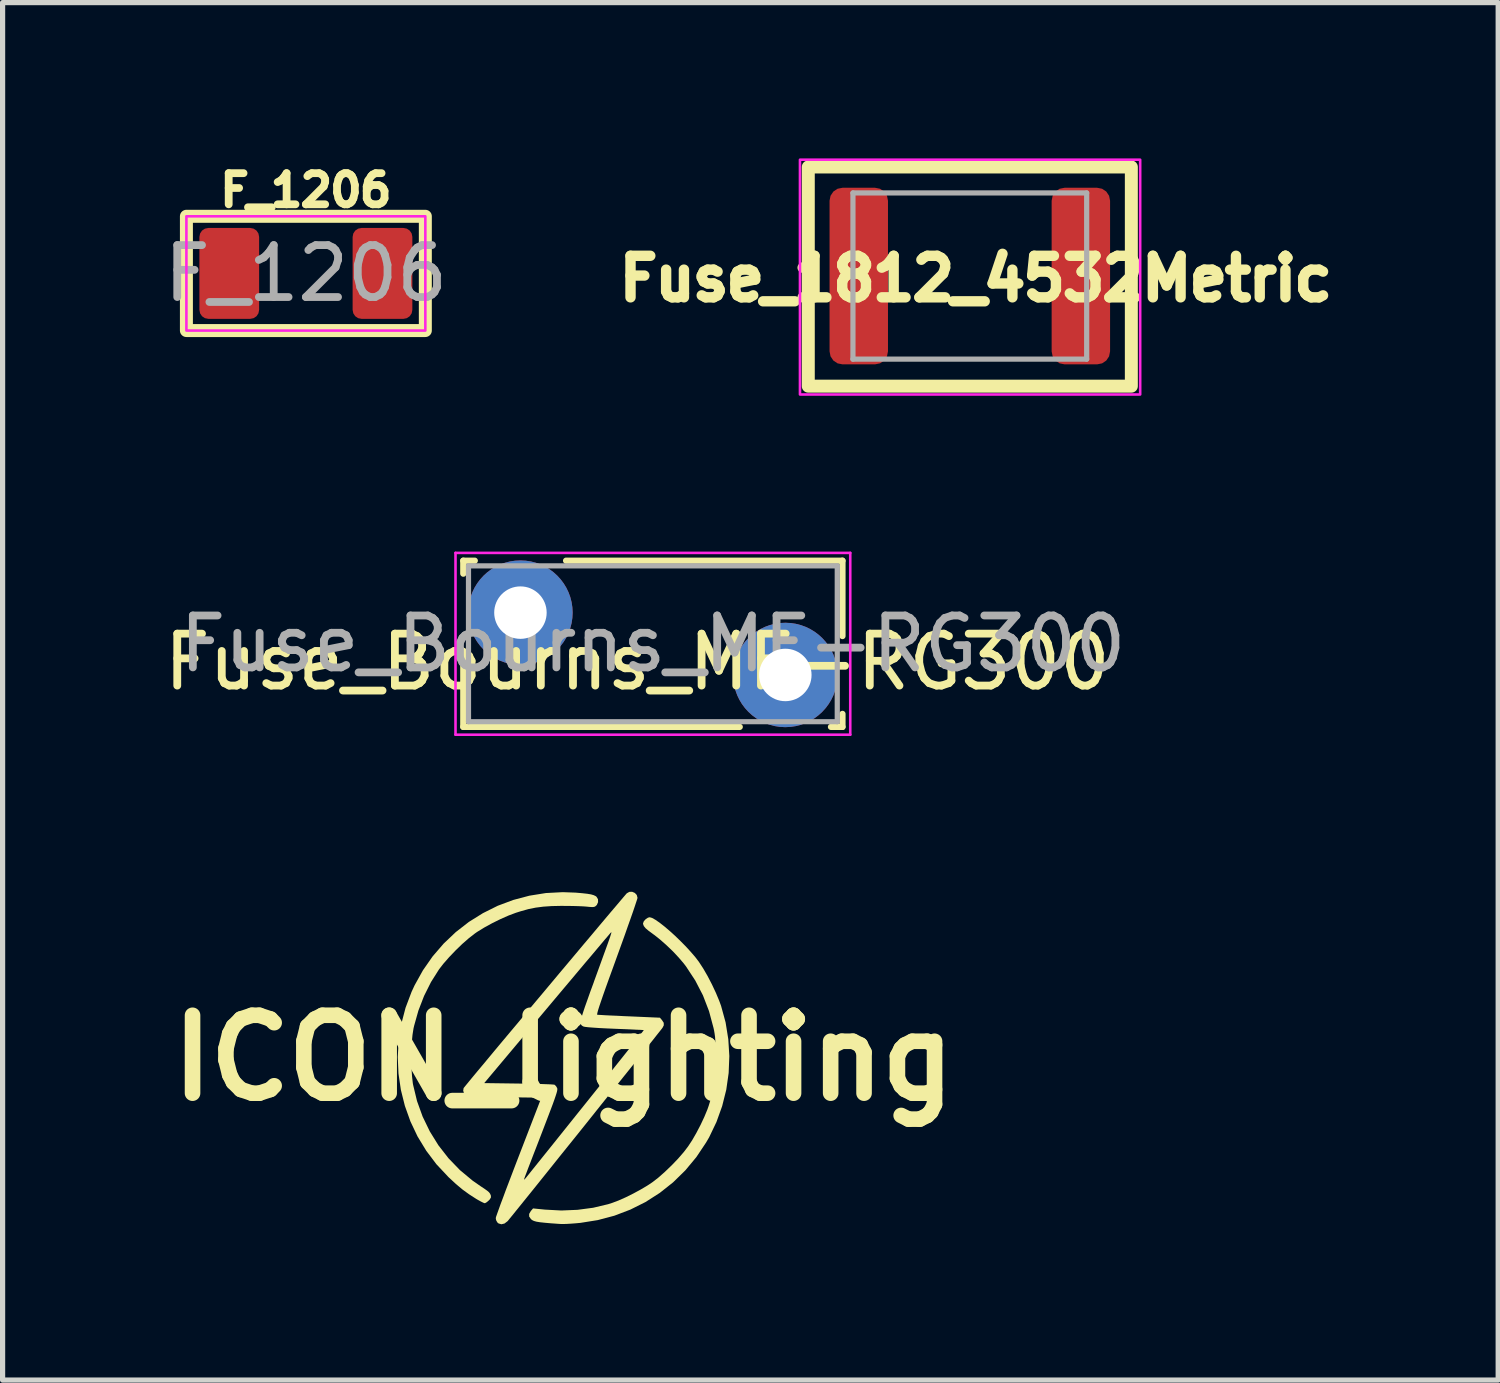
<source format=kicad_pcb>
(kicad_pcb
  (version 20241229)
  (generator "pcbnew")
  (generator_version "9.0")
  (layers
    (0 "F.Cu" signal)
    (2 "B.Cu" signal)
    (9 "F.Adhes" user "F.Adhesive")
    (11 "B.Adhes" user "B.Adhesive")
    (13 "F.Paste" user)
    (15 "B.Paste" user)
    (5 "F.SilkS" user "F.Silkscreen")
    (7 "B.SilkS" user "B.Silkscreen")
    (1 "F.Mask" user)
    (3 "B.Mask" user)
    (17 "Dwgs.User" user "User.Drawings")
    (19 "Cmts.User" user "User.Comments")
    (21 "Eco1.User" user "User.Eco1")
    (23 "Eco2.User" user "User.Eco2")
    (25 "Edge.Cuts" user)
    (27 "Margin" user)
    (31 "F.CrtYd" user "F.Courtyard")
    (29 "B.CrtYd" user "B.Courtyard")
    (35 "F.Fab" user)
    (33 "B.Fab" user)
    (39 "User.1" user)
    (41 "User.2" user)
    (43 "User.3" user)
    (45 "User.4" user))
  (footprint "ICON_lighting"
    (layer "F.Cu")
    (at 7.8 17.319)
    (property "Reference" "ICON_lighting" (at 0 0 0) (layer "F.SilkS") (effects (font (size 1.5 1.5) (thickness 0.3))))
    (attr board_only exclude_from_pos_files exclude_from_bom)
    (fp_poly (pts (xy 0.231 -3.183) (xy 0.359 -3.172) (xy 0.457 -3.161) (xy 0.529 -3.149) (xy 0.581 -3.134) (xy 0.618 -3.116) (xy 0.634 -3.104) (xy 0.663 -3.057) (xy 0.665 -3) (xy 0.641 -2.946) (xy 0.631 -2.936) (xy 0.611 -2.918) (xy 0.588 -2.908) (xy 0.553 -2.905) (xy 0.499 -2.908) (xy 0.442 -2.914) (xy 0.374 -2.919) (xy 0.28 -2.923) (xy 0.169 -2.926) (xy 0.05 -2.927) (xy -0.044 -2.928) (xy -0.229 -2.924) (xy -0.39 -2.913) (xy -0.537 -2.894) (xy -0.68 -2.865) (xy -0.829 -2.823) (xy -0.918 -2.795) (xy -1.059 -2.742) (xy -1.215 -2.673) (xy -1.375 -2.594) (xy -1.528 -2.51) (xy -1.663 -2.427) (xy -1.706 -2.397) (xy -1.823 -2.306) (xy -1.951 -2.194) (xy -2.081 -2.068) (xy -2.205 -1.938) (xy -2.316 -1.811) (xy -2.397 -1.706) (xy -2.552 -1.461) (xy -2.686 -1.193) (xy -2.795 -0.91) (xy -2.877 -0.619) (xy -2.889 -0.566) (xy -2.908 -0.445) (xy -2.922 -0.299) (xy -2.929 -0.137) (xy -2.931 0.032) (xy -2.927 0.198) (xy -2.917 0.353) (xy -2.902 0.486) (xy -2.896 0.519) (xy -2.821 0.83) (xy -2.713 1.129) (xy -2.575 1.414) (xy -2.409 1.682) (xy -2.215 1.931) (xy -1.995 2.159) (xy -1.751 2.362) (xy -1.599 2.468) (xy -1.522 2.519) (xy -1.47 2.556) (xy -1.436 2.585) (xy -1.416 2.611) (xy -1.403 2.639) (xy -1.399 2.652) (xy -1.398 2.686) (xy -1.42 2.723) (xy -1.44 2.744) (xy -1.478 2.777) (xy -1.51 2.795) (xy -1.517 2.797) (xy -1.543 2.788) (xy -1.59 2.765) (xy -1.65 2.732) (xy -1.682 2.713) (xy -1.817 2.626) (xy -1.944 2.534) (xy -2.072 2.427) (xy -2.209 2.3) (xy -2.221 2.288) (xy -2.447 2.047) (xy -2.643 1.787) (xy -2.811 1.511) (xy -2.948 1.222) (xy -3.055 0.922) (xy -3.132 0.614) (xy -3.178 0.3) (xy -3.192 -0.017) (xy -3.174 -0.336) (xy -3.124 -0.653) (xy -3.042 -0.966) (xy -2.926 -1.273) (xy -2.868 -1.398) (xy -2.707 -1.688) (xy -2.52 -1.956) (xy -2.309 -2.201) (xy -2.075 -2.423) (xy -1.823 -2.619) (xy -1.552 -2.788) (xy -1.267 -2.93) (xy -0.968 -3.042) (xy -0.658 -3.124) (xy -0.34 -3.175) (xy -0.015 -3.192)) (stroke (width 0) (type solid)) (fill yes) (layer "F.SilkS"))
    (fp_poly (pts (xy 1.705 -2.696) (xy 1.769 -2.66) (xy 1.85 -2.604) (xy 1.942 -2.532) (xy 2.042 -2.447) (xy 2.147 -2.352) (xy 2.252 -2.25) (xy 2.355 -2.146) (xy 2.45 -2.042) (xy 2.536 -1.942) (xy 2.607 -1.849) (xy 2.608 -1.847) (xy 2.689 -1.723) (xy 2.774 -1.576) (xy 2.857 -1.416) (xy 2.933 -1.254) (xy 2.997 -1.101) (xy 3.033 -1.003) (xy 3.12 -0.685) (xy 3.172 -0.362) (xy 3.192 -0.036) (xy 3.179 0.29) (xy 3.133 0.612) (xy 3.054 0.927) (xy 2.944 1.233) (xy 2.803 1.528) (xy 2.744 1.629) (xy 2.557 1.909) (xy 2.344 2.165) (xy 2.109 2.395) (xy 1.853 2.598) (xy 1.578 2.774) (xy 1.286 2.92) (xy 0.979 3.037) (xy 0.658 3.122) (xy 0.326 3.175) (xy 0.229 3.184) (xy 0.134 3.191) (xy 0.063 3.195) (xy 0.006 3.197) (xy -0.048 3.197) (xy -0.111 3.193) (xy -0.192 3.187) (xy -0.237 3.184) (xy -0.361 3.173) (xy -0.454 3.163) (xy -0.522 3.152) (xy -0.571 3.138) (xy -0.605 3.121) (xy -0.627 3.103) (xy -0.662 3.053) (xy -0.662 3.002) (xy -0.629 2.946) (xy -0.628 2.945) (xy -0.587 2.897) (xy -0.357 2.92) (xy -0.042 2.937) (xy 0.269 2.924) (xy 0.571 2.884) (xy 0.857 2.816) (xy 0.941 2.789) (xy 1.06 2.744) (xy 1.197 2.683) (xy 1.342 2.611) (xy 1.484 2.534) (xy 1.614 2.457) (xy 1.706 2.396) (xy 1.823 2.306) (xy 1.95 2.194) (xy 2.08 2.069) (xy 2.205 1.939) (xy 2.315 1.812) (xy 2.396 1.706) (xy 2.476 1.585) (xy 2.558 1.442) (xy 2.638 1.289) (xy 2.71 1.136) (xy 2.769 0.994) (xy 2.794 0.923) (xy 2.838 0.781) (xy 2.872 0.652) (xy 2.896 0.529) (xy 2.913 0.403) (xy 2.923 0.264) (xy 2.927 0.105) (xy 2.928 -0.009) (xy 2.927 -0.144) (xy 2.926 -0.25) (xy 2.922 -0.336) (xy 2.917 -0.407) (xy 2.908 -0.471) (xy 2.897 -0.535) (xy 2.887 -0.58) (xy 2.801 -0.901) (xy 2.684 -1.205) (xy 2.536 -1.491) (xy 2.358 -1.762) (xy 2.313 -1.821) (xy 2.22 -1.93) (xy 2.109 -2.049) (xy 1.986 -2.167) (xy 1.863 -2.276) (xy 1.749 -2.367) (xy 1.723 -2.385) (xy 1.638 -2.448) (xy 1.58 -2.497) (xy 1.546 -2.539) (xy 1.532 -2.576) (xy 1.53 -2.59) (xy 1.545 -2.631) (xy 1.581 -2.671) (xy 1.626 -2.701) (xy 1.659 -2.709)) (stroke (width 0) (type solid)) (fill yes) (layer "F.SilkS"))
    (fp_poly (pts (xy 1.373 -3.177) (xy 1.41 -3.137) (xy 1.424 -3.083) (xy 1.418 -3.058) (xy 1.4 -3.004) (xy 1.373 -2.922) (xy 1.337 -2.815) (xy 1.292 -2.687) (xy 1.24 -2.541) (xy 1.183 -2.378) (xy 1.12 -2.203) (xy 1.053 -2.018) (xy 1.023 -1.935) (xy 0.941 -1.708) (xy 0.87 -1.513) (xy 0.81 -1.346) (xy 0.761 -1.207) (xy 0.722 -1.093) (xy 0.691 -1.002) (xy 0.669 -0.933) (xy 0.655 -0.883) (xy 0.648 -0.851) (xy 0.647 -0.835) (xy 0.65 -0.831) (xy 0.674 -0.83) (xy 0.728 -0.827) (xy 0.809 -0.822) (xy 0.912 -0.817) (xy 1.033 -0.812) (xy 1.167 -0.805) (xy 1.266 -0.801) (xy 1.856 -0.775) (xy 1.895 -0.729) (xy 1.929 -0.677) (xy 1.93 -0.628) (xy 1.905 -0.58) (xy 1.889 -0.559) (xy 1.852 -0.512) (xy 1.796 -0.442) (xy 1.724 -0.35) (xy 1.635 -0.239) (xy 1.533 -0.11) (xy 1.418 0.034) (xy 1.292 0.192) (xy 1.156 0.361) (xy 1.013 0.54) (xy 0.864 0.726) (xy 0.71 0.918) (xy 0.554 1.114) (xy 0.396 1.312) (xy 0.238 1.509) (xy 0.081 1.704) (xy -0.072 1.894) (xy -0.22 2.079) (xy -0.361 2.255) (xy -0.494 2.421) (xy -0.618 2.575) (xy -0.73 2.714) (xy -0.83 2.838) (xy -0.915 2.943) (xy -0.984 3.029) (xy -1.036 3.092) (xy -1.068 3.132) (xy -1.079 3.144) (xy -1.137 3.188) (xy -1.197 3.202) (xy -1.252 3.186) (xy -1.275 3.166) (xy -1.299 3.122) (xy -1.305 3.083) (xy -1.299 3.058) (xy -1.28 3.004) (xy -1.251 2.923) (xy -1.213 2.817) (xy -1.165 2.69) (xy -1.111 2.543) (xy -1.049 2.381) (xy -0.982 2.205) (xy -0.911 2.019) (xy -0.865 1.9) (xy -0.427 0.765) (xy -1.133 0.756) (xy -1.323 0.754) (xy -1.482 0.751) (xy -1.61 0.747) (xy -1.71 0.744) (xy -1.784 0.74) (xy -1.836 0.735) (xy -1.867 0.729) (xy -1.878 0.725) (xy -1.915 0.685) (xy -1.932 0.631) (xy -1.924 0.58) (xy -1.911 0.564) (xy -1.878 0.523) (xy -1.846 0.484) (xy -1.527 0.484) (xy -0.865 0.493) (xy -0.715 0.495) (xy -0.575 0.498) (xy -0.449 0.501) (xy -0.343 0.505) (xy -0.258 0.508) (xy -0.201 0.512) (xy -0.174 0.515) (xy -0.173 0.516) (xy -0.145 0.542) (xy -0.124 0.578) (xy -0.12 0.592) (xy -0.12 0.611) (xy -0.124 0.637) (xy -0.134 0.675) (xy -0.15 0.725) (xy -0.173 0.793) (xy -0.204 0.88) (xy -0.245 0.989) (xy -0.296 1.123) (xy -0.358 1.285) (xy -0.405 1.408) (xy -0.467 1.569) (xy -0.526 1.722) (xy -0.581 1.863) (xy -0.63 1.991) (xy -0.672 2.099) (xy -0.705 2.186) (xy -0.728 2.247) (xy -0.74 2.277) (xy -0.756 2.324) (xy -0.758 2.343) (xy -0.75 2.338) (xy -0.736 2.321) (xy -0.701 2.279) (xy -0.648 2.213) (xy -0.577 2.124) (xy -0.49 2.016) (xy -0.388 1.889) (xy -0.273 1.746) (xy -0.147 1.589) (xy -0.011 1.419) (xy 0.134 1.238) (xy 0.286 1.048) (xy 0.412 0.891) (xy 0.568 0.696) (xy 0.718 0.509) (xy 0.86 0.331) (xy 0.992 0.165) (xy 1.114 0.012) (xy 1.224 -0.126) (xy 1.32 -0.247) (xy 1.4 -0.349) (xy 1.465 -0.431) (xy 1.511 -0.491) (xy 1.538 -0.526) (xy 1.545 -0.536) (xy 1.527 -0.538) (xy 1.477 -0.541) (xy 1.401 -0.544) (xy 1.303 -0.549) (xy 1.187 -0.554) (xy 1.056 -0.559) (xy 0.985 -0.562) (xy 0.825 -0.569) (xy 0.686 -0.576) (xy 0.569 -0.584) (xy 0.478 -0.591) (xy 0.417 -0.598) (xy 0.387 -0.604) (xy 0.365 -0.615) (xy 0.348 -0.628) (xy 0.336 -0.644) (xy 0.33 -0.668) (xy 0.331 -0.701) (xy 0.339 -0.748) (xy 0.355 -0.81) (xy 0.38 -0.89) (xy 0.414 -0.991) (xy 0.459 -1.117) (xy 0.513 -1.27) (xy 0.58 -1.452) (xy 0.589 -1.479) (xy 0.663 -1.682) (xy 0.725 -1.853) (xy 0.777 -1.997) (xy 0.82 -2.115) (xy 0.854 -2.209) (xy 0.88 -2.283) (xy 0.899 -2.338) (xy 0.911 -2.377) (xy 0.919 -2.402) (xy 0.921 -2.415) (xy 0.92 -2.42) (xy 0.917 -2.419) (xy 0.911 -2.413) (xy 0.907 -2.41) (xy 0.892 -2.393) (xy 0.857 -2.351) (xy 0.801 -2.286) (xy 0.728 -2.199) (xy 0.638 -2.092) (xy 0.533 -1.967) (xy 0.414 -1.827) (xy 0.283 -1.671) (xy 0.142 -1.503) (xy -0.008 -1.325) (xy -0.166 -1.137) (xy -0.323 -0.95) (xy -1.527 0.484) (xy -1.846 0.484) (xy -1.825 0.458) (xy -1.754 0.372) (xy -1.667 0.267) (xy -1.564 0.144) (xy -1.449 0.006) (xy -1.323 -0.146) (xy -1.186 -0.31) (xy -1.041 -0.483) (xy -0.888 -0.665) (xy -0.731 -0.853) (xy -0.57 -1.046) (xy -0.407 -1.24) (xy -0.243 -1.436) (xy -0.081 -1.63) (xy 0.079 -1.82) (xy 0.235 -2.006) (xy 0.385 -2.185) (xy 0.528 -2.354) (xy 0.661 -2.513) (xy 0.784 -2.659) (xy 0.895 -2.791) (xy 0.993 -2.906) (xy 1.075 -3.003) (xy 1.14 -3.08) (xy 1.187 -3.135) (xy 1.213 -3.165) (xy 1.218 -3.17) (xy 1.267 -3.198) (xy 1.322 -3.199)) (stroke (width 0) (type solid)) (fill yes) (layer "F.SilkS")))
  (footprint "Fuse_1812_4532Metric"
    (layer "F.Cu")
    (at 15.622 2.265)
    (property "Reference" "Fuse_1812_4532Metric" (at 0.115 0.05 180) (layer "F.SilkS") (effects (font (size 0.8 0.8) (thickness 0.2) (bold yes))))
    (attr smd)
    (fp_rect (start -3.11 -2.1) (end 3.11 2.12) (stroke (width 0.25) (type solid)) (fill no) (layer "F.SilkS"))
    (fp_rect (start -3.27 -2.24) (end 3.28 2.28) (stroke (width 0.05) (type solid)) (fill no) (layer "F.CrtYd"))
    (fp_line (start -2.25 -1.6) (end 2.25 -1.6) (stroke (width 0.1) (type solid)) (layer "F.Fab"))
    (fp_line (start -2.25 1.6) (end -2.25 -1.6) (stroke (width 0.1) (type solid)) (layer "F.Fab"))
    (fp_line (start 2.25 -1.6) (end 2.25 1.6) (stroke (width 0.1) (type solid)) (layer "F.Fab"))
    (fp_line (start 2.25 1.6) (end -2.25 1.6) (stroke (width 0.1) (type solid)) (layer "F.Fab"))
    (pad "1" smd roundrect (at -2.138 0) (size 1.125 3.4) (layers "F.Cu" "F.Mask" "F.Paste") (roundrect_rratio 0.222))
    (pad "2" smd roundrect (at 2.138 0) (size 1.125 3.4) (layers "F.Cu" "F.Mask" "F.Paste") (roundrect_rratio 0.222)))
  (footprint "Fuse_Bourns_MF-RG300"
    (layer "F.Cu")
    (at 6.97 8.745)
    (property "Reference" "Fuse_Bourns_MF-RG300" (at 2.25 0.95 180) (layer "F.SilkS") (effects (font (size 1 1) (thickness 0.15))))
    (attr through_hole)
    (fp_line (start -1.1 -1) (end -1.1 -0.75) (stroke (width 0.12) (type solid)) (layer "F.SilkS"))
    (fp_line (start -1.1 -1) (end -0.879 -1) (stroke (width 0.12) (type solid)) (layer "F.SilkS"))
    (fp_line (start -1.1 0.75) (end -1.1 2.2) (stroke (width 0.12) (type solid)) (layer "F.SilkS"))
    (fp_line (start -1.1 2.2) (end 4.222 2.2) (stroke (width 0.12) (type solid)) (layer "F.SilkS"))
    (fp_line (start 0.879 -1) (end 6.2 -1) (stroke (width 0.12) (type solid)) (layer "F.SilkS"))
    (fp_line (start 5.979 2.2) (end 6.2 2.2) (stroke (width 0.12) (type solid)) (layer "F.SilkS"))
    (fp_line (start 6.2 -1) (end 6.2 0.451) (stroke (width 0.12) (type solid)) (layer "F.SilkS"))
    (fp_line (start 6.2 1.95) (end 6.2 2.2) (stroke (width 0.12) (type solid)) (layer "F.SilkS"))
    (fp_line (start -1.25 -1.15) (end -1.25 2.35) (stroke (width 0.05) (type solid)) (layer "F.CrtYd"))
    (fp_line (start -1.25 2.35) (end 6.35 2.35) (stroke (width 0.05) (type solid)) (layer "F.CrtYd"))
    (fp_line (start 6.35 -1.15) (end -1.25 -1.15) (stroke (width 0.05) (type solid)) (layer "F.CrtYd"))
    (fp_line (start 6.35 2.35) (end 6.35 -1.15) (stroke (width 0.05) (type solid)) (layer "F.CrtYd"))
    (fp_line (start -1 -0.9) (end -1 2.1) (stroke (width 0.1) (type solid)) (layer "F.Fab"))
    (fp_line (start -1 2.1) (end 6.1 2.1) (stroke (width 0.1) (type solid)) (layer "F.Fab"))
    (fp_line (start 6.1 -0.9) (end -1 -0.9) (stroke (width 0.1) (type solid)) (layer "F.Fab"))
    (fp_line (start 6.1 2.1) (end 6.1 -0.9) (stroke (width 0.1) (type solid)) (layer "F.Fab"))
    (fp_text user "${REFERENCE}" (at 2.55 0.6 180) (layer "F.Fab") (effects (font (size 1 1) (thickness 0.15))))
    (pad "1" thru_hole circle (at 0 0) (size 2.01 2.01) (drill 1.01) (layers "*.Cu" "*.Mask"))
    (pad "2" thru_hole circle (at 5.1 1.2) (size 2.01 2.01) (drill 1.01) (layers "*.Cu" "*.Mask")))
  (footprint "F_1206"
    (layer "F.Cu")
    (at 2.839 2.214)
    (property "Reference" "F_1206" (at 0 -1.6 0) (unlocked yes) (layer "F.SilkS") (effects (font (size 0.6 0.6) (thickness 0.15) (bold yes))))
    (attr smd)
    (fp_rect (start -2.3 -1.1) (end 2.3 1.1) (stroke (width 0.25) (type default)) (fill no) (layer "F.SilkS"))
    (fp_rect (start -2.3 -1.1) (end 2.3 1.1) (stroke (width 0.05) (type default)) (fill no) (layer "F.CrtYd"))
    (fp_text user "${REFERENCE}" (at 0 0 0) (unlocked yes) (layer "F.Fab") (effects (font (size 1 1) (thickness 0.15))))
    (pad "1" smd roundrect (at -1.475 0) (size 1.15 1.75) (layers "F.Cu" "F.Mask" "F.Paste") (roundrect_rratio 0.15))
    (pad "2" smd roundrect (at 1.475 0) (size 1.15 1.75) (layers "F.Cu" "F.Mask" "F.Paste") (roundrect_rratio 0.15)))
  (gr_rect
    (start -3 -3)
    (end 25.795 23.521)
    (stroke (width 0.1) (type default))
    (fill no)
    (layer "Edge.Cuts")))
</source>
